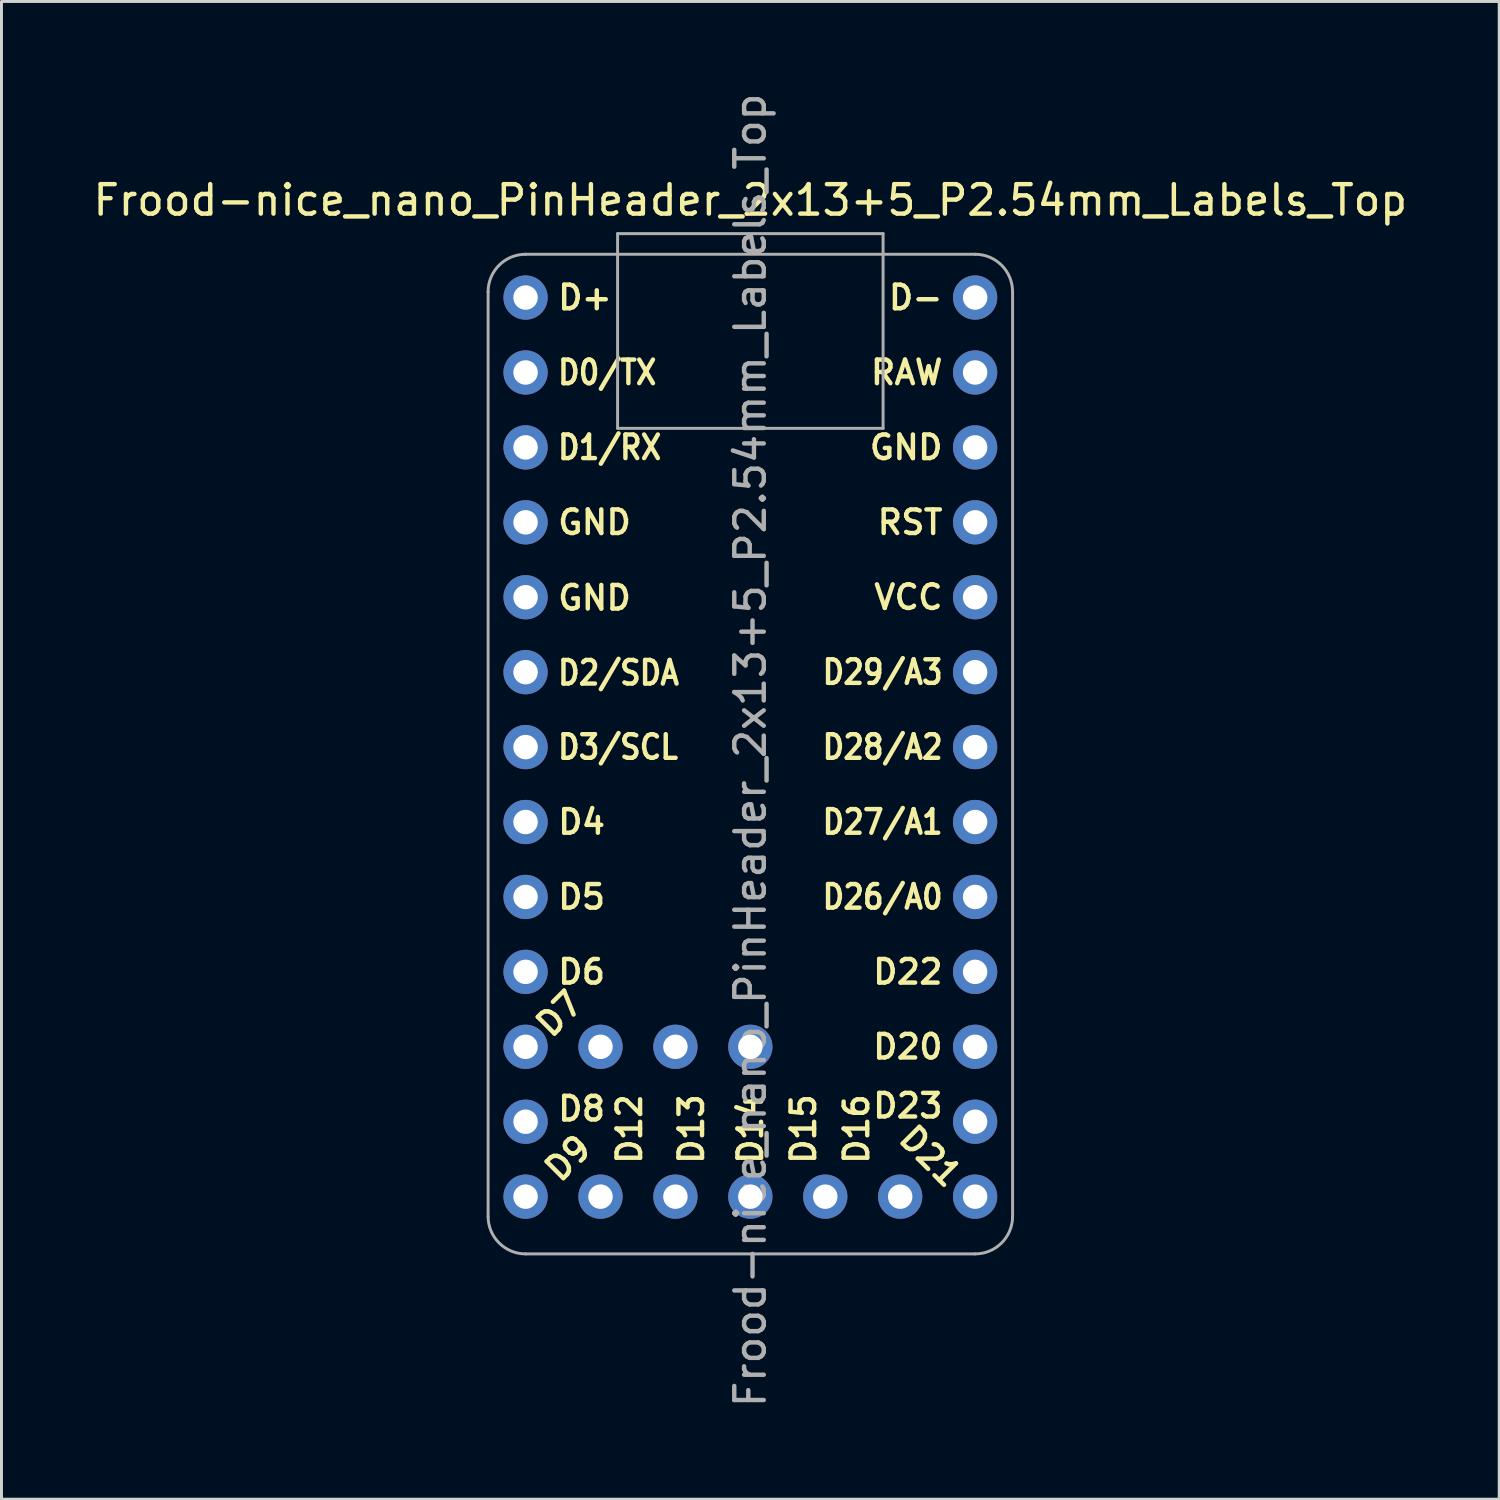
<source format=kicad_pcb>
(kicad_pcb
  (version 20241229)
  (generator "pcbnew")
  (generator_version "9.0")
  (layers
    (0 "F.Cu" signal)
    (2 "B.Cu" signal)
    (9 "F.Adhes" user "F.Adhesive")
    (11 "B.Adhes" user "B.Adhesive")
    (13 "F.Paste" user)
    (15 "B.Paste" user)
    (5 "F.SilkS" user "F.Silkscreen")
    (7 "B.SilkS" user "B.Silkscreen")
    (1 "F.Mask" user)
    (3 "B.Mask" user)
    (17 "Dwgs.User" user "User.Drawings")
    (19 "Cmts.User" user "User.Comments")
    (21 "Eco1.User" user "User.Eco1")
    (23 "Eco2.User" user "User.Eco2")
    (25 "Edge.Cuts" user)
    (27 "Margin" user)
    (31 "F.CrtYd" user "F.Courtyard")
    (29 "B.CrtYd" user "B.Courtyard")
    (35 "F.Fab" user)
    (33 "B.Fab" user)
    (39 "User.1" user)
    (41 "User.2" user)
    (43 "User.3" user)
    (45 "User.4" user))
  (footprint "Frood-nice_nano_PinHeader_2x13+5_P2.54mm_Labels_Top"
    (layer "F.Cu")
    (at 22.387 7.037)
    (property "Reference" "Frood-nice_nano_PinHeader_2x13+5_P2.54mm_Labels_Top" (at 0 -3.3 0) (layer "F.SilkS") (effects (font (size 1 1) (thickness 0.15))))
    (attr through_hole)
    (fp_line (start -8.89 -0.197) (end -8.89 31.151) (stroke (width 0.1) (type solid)) (layer "F.Fab"))
    (fp_line (start -7.62 -1.467) (end 7.62 -1.467) (stroke (width 0.1) (type solid)) (layer "F.Fab"))
    (fp_line (start -7.62 32.421) (end 7.62 32.421) (stroke (width 0.1) (type solid)) (layer "F.Fab"))
    (fp_line (start -4.5 -2.167) (end -4.5 4.433) (stroke (width 0.1) (type solid)) (layer "F.Fab"))
    (fp_line (start -4.5 4.433) (end 4.5 4.433) (stroke (width 0.1) (type solid)) (layer "F.Fab"))
    (fp_line (start 4.5 -2.167) (end -4.5 -2.167) (stroke (width 0.1) (type solid)) (layer "F.Fab"))
    (fp_line (start 4.5 4.433) (end 4.5 -2.167) (stroke (width 0.1) (type solid)) (layer "F.Fab"))
    (fp_line (start 8.89 31.151) (end 8.89 -0.197) (stroke (width 0.1) (type solid)) (layer "F.Fab"))
    (fp_arc (start -8.89 -0.1965) (mid -8.518056 -1.094702) (end -7.62 -1.467) (stroke (width 0.1) (type solid)) (layer "F.Fab"))
    (fp_arc (start -7.62 32.421) (mid -8.518026 32.049026) (end -8.89 31.151) (stroke (width 0.1) (type solid)) (layer "F.Fab"))
    (fp_arc (start 7.62 -1.467) (mid 8.518056 -1.094702) (end 8.89 -0.1965) (stroke (width 0.1) (type solid)) (layer "F.Fab"))
    (fp_arc (start 8.89 31.151) (mid 8.518026 32.049026) (end 7.62 32.421) (stroke (width 0.1) (type solid)) (layer "F.Fab"))
    (fp_text user "D15" (at 1.8 29.45 90) (layer "F.SilkS") (effects (font (size 0.8 0.8) (thickness 0.15)) (justify left)))
    (fp_text user "D6" (at -6.6 22.86 0) (layer "F.SilkS") (effects (font (size 0.8 0.8) (thickness 0.15)) (justify left)))
    (fp_text user "D13" (at -2 29.45 90) (layer "F.SilkS") (effects (font (size 0.8 0.8) (thickness 0.15)) (justify left)))
    (fp_text user "D3/SCL" (at -6.6 15.24 0) (layer "F.SilkS") (effects (font (size 0.8 0.7) (thickness 0.15)) (justify left)))
    (fp_text user "D23" (at 6.6 27.4 0) (layer "F.SilkS") (effects (font (size 0.8 0.8) (thickness 0.15)) (justify right)))
    (fp_text user "D8" (at -6.6 27.5 0) (layer "F.SilkS") (effects (font (size 0.8 0.8) (thickness 0.15)) (justify left)))
    (fp_text user "GND" (at 6.6 5.08 0) (layer "F.SilkS") (effects (font (size 0.8 0.8) (thickness 0.15)) (justify right)))
    (fp_text user "GND" (at -6.6 7.62 0) (layer "F.SilkS") (effects (font (size 0.8 0.8) (thickness 0.15)) (justify left)))
    (fp_text user "RAW" (at 6.6 2.54 0) (layer "F.SilkS") (effects (font (size 0.8 0.8) (thickness 0.15)) (justify right)))
    (fp_text user "D21" (at 7 30 315) (unlocked yes) (layer "F.SilkS") (effects (font (size 0.8 0.8) (thickness 0.15)) (justify right)))
    (fp_text user "D+" (at -6.6 0 0) (layer "F.SilkS") (effects (font (size 0.8 0.8) (thickness 0.15)) (justify left)))
    (fp_text user "D-" (at 6.6 0 0) (layer "F.SilkS") (effects (font (size 0.8 0.8) (thickness 0.15)) (justify right)))
    (fp_text user "D27/A1" (at 6.6 17.78 0) (layer "F.SilkS") (effects (font (size 0.8 0.7) (thickness 0.15)) (justify right)))
    (fp_text user "D7" (at -7.1 24.9 45) (layer "F.SilkS") (effects (font (size 0.8 0.8) (thickness 0.15)) (justify left)))
    (fp_text user "D5" (at -6.6 20.32 0) (layer "F.SilkS") (effects (font (size 0.8 0.8) (thickness 0.15)) (justify left)))
    (fp_text user "D0/TX" (at -6.6 2.54 0) (layer "F.SilkS") (effects (font (size 0.8 0.7) (thickness 0.15)) (justify left)))
    (fp_text user "VCC" (at 6.6 10.16 0) (layer "F.SilkS") (effects (font (size 0.8 0.8) (thickness 0.15)) (justify right)))
    (fp_text user "D12" (at -4.1 29.45 90) (layer "F.SilkS") (effects (font (size 0.8 0.8) (thickness 0.15)) (justify left)))
    (fp_text user "RST" (at 6.6 7.62 0) (layer "F.SilkS") (effects (font (size 0.8 0.8) (thickness 0.15)) (justify right)))
    (fp_text user "D4" (at -6.6 17.78 0) (layer "F.SilkS") (effects (font (size 0.8 0.8) (thickness 0.15)) (justify left)))
    (fp_text user "D2/SDA" (at -6.6 12.723 0) (layer "F.SilkS") (effects (font (size 0.8 0.7) (thickness 0.15)) (justify left)))
    (fp_text user "GND" (at -6.6 10.18 0) (layer "F.SilkS") (effects (font (size 0.8 0.8) (thickness 0.15)) (justify left)))
    (fp_text user "D28/A2" (at 6.6 15.24 0) (layer "F.SilkS") (effects (font (size 0.8 0.7) (thickness 0.15)) (justify right)))
    (fp_text user "D16" (at 3.6 29.45 90) (layer "F.SilkS") (effects (font (size 0.8 0.8) (thickness 0.15)) (justify left)))
    (fp_text user "D29/A3" (at 6.6 12.7 0) (layer "F.SilkS") (effects (font (size 0.8 0.7) (thickness 0.15)) (justify right)))
    (fp_text user "D14" (at 0 29.45 90) (layer "F.SilkS") (effects (font (size 0.8 0.8) (thickness 0.15)) (justify left)))
    (fp_text user "D26/A0" (at 6.6 20.32 0) (layer "F.SilkS") (effects (font (size 0.8 0.7) (thickness 0.15)) (justify right)))
    (fp_text user "D1/RX" (at -6.6 5.08 0) (layer "F.SilkS") (effects (font (size 0.8 0.7) (thickness 0.15)) (justify left)))
    (fp_text user "D9" (at -6.8 29.8 45) (layer "F.SilkS") (effects (font (size 0.8 0.8) (thickness 0.15)) (justify left)))
    (fp_text user "D22" (at 6.6 22.86 0) (layer "F.SilkS") (effects (font (size 0.8 0.8) (thickness 0.15)) (justify right)))
    (fp_text user "D20" (at 6.6 25.4 0) (layer "F.SilkS") (effects (font (size 0.8 0.8) (thickness 0.15)) (justify right)))
    (fp_text user "${REFERENCE}" (at 0 15.35 90) (layer "F.Fab") (effects (font (size 1 1) (thickness 0.15))))
    (pad "1" thru_hole oval (at -7.62 0) (size 1.5 1.5) (drill 0.83) (layers "*.Cu" "*.Mask"))
    (pad "2" thru_hole oval (at -7.62 2.54) (size 1.5 1.5) (drill 0.83) (layers "*.Cu" "*.Mask"))
    (pad "3" thru_hole oval (at -7.62 5.08) (size 1.5 1.5) (drill 0.83) (layers "*.Cu" "*.Mask"))
    (pad "4" thru_hole oval (at -7.62 7.62 45) (size 1.5 1.5) (drill 0.83) (layers "*.Cu" "*.Mask"))
    (pad "5" thru_hole oval (at -7.62 10.16 45) (size 1.5 1.5) (drill 0.83) (layers "*.Cu" "*.Mask"))
    (pad "6" thru_hole oval (at -7.62 12.7) (size 1.5 1.5) (drill 0.83) (layers "*.Cu" "*.Mask"))
    (pad "7" thru_hole oval (at -7.62 15.24) (size 1.5 1.5) (drill 0.83) (layers "*.Cu" "*.Mask"))
    (pad "8" thru_hole oval (at -7.62 17.78) (size 1.5 1.5) (drill 0.83) (layers "*.Cu" "*.Mask"))
    (pad "9" thru_hole oval (at -7.62 20.32) (size 1.5 1.5) (drill 0.83) (layers "*.Cu" "*.Mask"))
    (pad "10" thru_hole oval (at -7.62 22.86) (size 1.5 1.5) (drill 0.83) (layers "*.Cu" "*.Mask"))
    (pad "11" thru_hole oval (at -7.62 25.4) (size 1.5 1.5) (drill 0.83) (layers "*.Cu" "*.Mask"))
    (pad "12" thru_hole oval (at -7.62 27.94) (size 1.5 1.5) (drill 0.83) (layers "*.Cu" "*.Mask"))
    (pad "13" thru_hole oval (at -7.62 30.48) (size 1.5 1.5) (drill 0.83) (layers "*.Cu" "*.Mask"))
    (pad "14" thru_hole oval (at -5.08 30.48) (size 1.5 1.5) (drill 0.83) (layers "*.Cu" "*.Mask"))
    (pad "15" thru_hole oval (at -2.54 30.48) (size 1.5 1.5) (drill 0.83) (layers "*.Cu" "*.Mask"))
    (pad "16" thru_hole oval (at 0 30.48) (size 1.5 1.5) (drill 0.83) (layers "*.Cu" "*.Mask"))
    (pad "17" thru_hole oval (at 2.54 30.48) (size 1.5 1.5) (drill 0.83) (layers "*.Cu" "*.Mask"))
    (pad "18" thru_hole oval (at 5.08 30.48) (size 1.5 1.5) (drill 0.83) (layers "*.Cu" "*.Mask"))
    (pad "19" thru_hole oval (at 7.62 30.48) (size 1.5 1.5) (drill 0.83) (layers "*.Cu" "*.Mask"))
    (pad "20" thru_hole oval (at 7.62 27.94) (size 1.5 1.5) (drill 0.83) (layers "*.Cu" "*.Mask"))
    (pad "21" thru_hole oval (at 7.62 25.4) (size 1.5 1.5) (drill 0.83) (layers "*.Cu" "*.Mask"))
    (pad "22" thru_hole oval (at 7.62 22.86) (size 1.5 1.5) (drill 0.83) (layers "*.Cu" "*.Mask"))
    (pad "23" thru_hole oval (at 7.62 20.32) (size 1.5 1.5) (drill 0.83) (layers "*.Cu" "*.Mask"))
    (pad "24" thru_hole oval (at 7.62 17.78) (size 1.5 1.5) (drill 0.83) (layers "*.Cu" "*.Mask"))
    (pad "25" thru_hole oval (at 7.62 15.24) (size 1.5 1.5) (drill 0.83) (layers "*.Cu" "*.Mask"))
    (pad "26" thru_hole oval (at 7.62 12.7) (size 1.5 1.5) (drill 0.83) (layers "*.Cu" "*.Mask"))
    (pad "27" thru_hole oval (at 7.62 10.16) (size 1.5 1.5) (drill 0.83) (layers "*.Cu" "*.Mask"))
    (pad "28" thru_hole oval (at 7.62 7.62) (size 1.5 1.5) (drill 0.83) (layers "*.Cu" "*.Mask"))
    (pad "29" thru_hole oval (at 7.62 5.08 45) (size 1.5 1.5) (drill 0.83) (layers "*.Cu" "*.Mask"))
    (pad "30" thru_hole oval (at 7.62 2.54) (size 1.5 1.5) (drill 0.83) (layers "*.Cu" "*.Mask"))
    (pad "31" thru_hole oval (at 7.62 0) (size 1.5 1.5) (drill 0.83) (layers "*.Cu" "*.Mask"))
    (pad "32" thru_hole oval (at -5.08 25.4) (size 1.5 1.5) (drill 0.83) (layers "*.Cu" "*.Mask"))
    (pad "33" thru_hole oval (at -2.54 25.4) (size 1.5 1.5) (drill 0.83) (layers "*.Cu" "*.Mask"))
    (pad "34" thru_hole oval (at 0 25.4) (size 1.5 1.5) (drill 0.83) (layers "*.Cu" "*.Mask")))
  (gr_rect
    (start -3 -3)
    (end 47.774 47.774)
    (stroke (width 0.1) (type default))
    (fill no)
    (layer "Edge.Cuts")))
</source>
